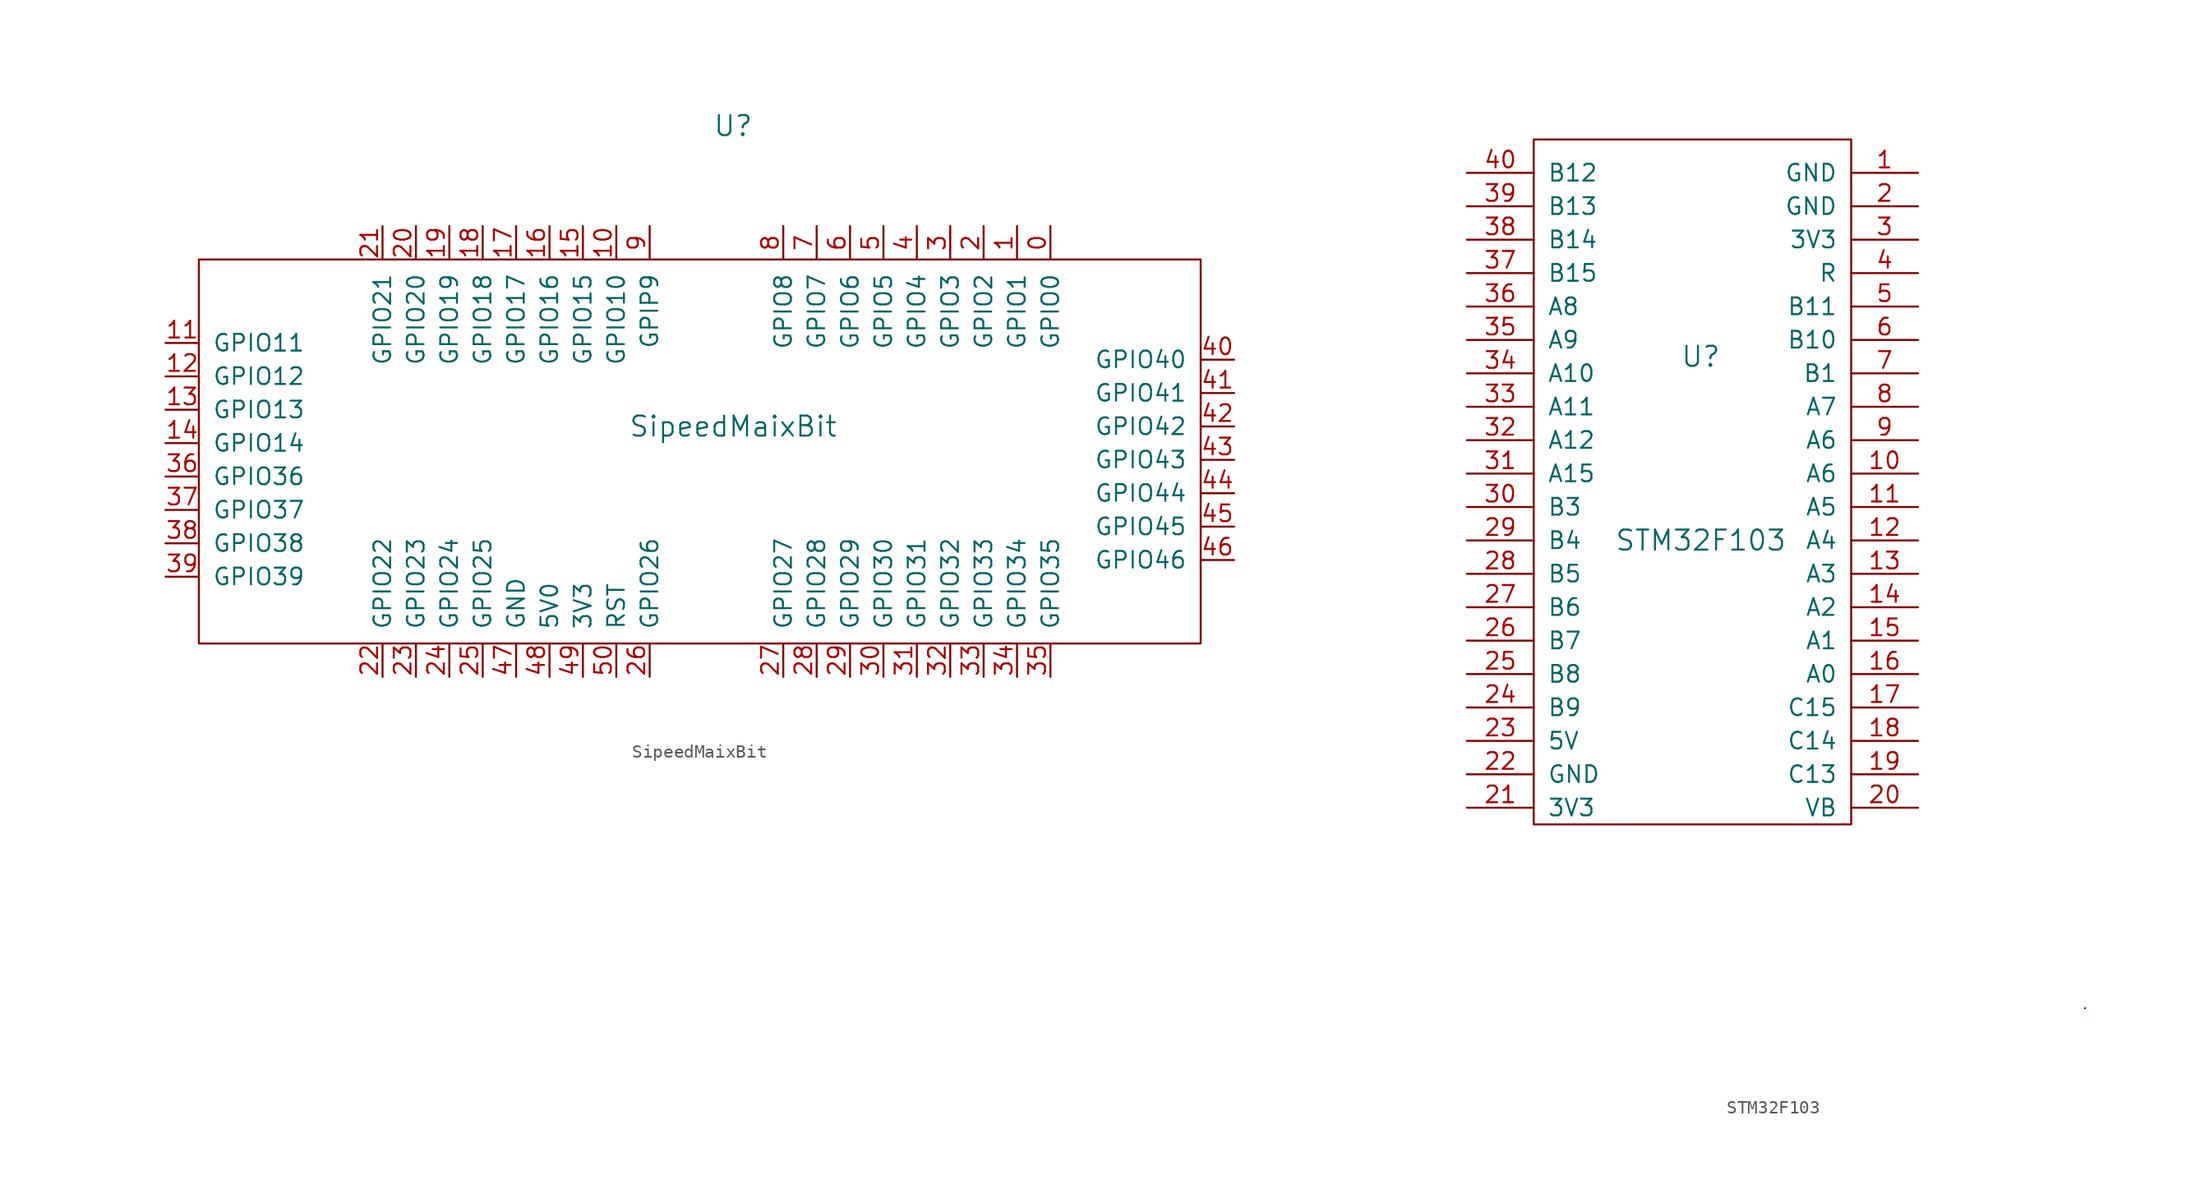
<source format=kicad_sym>
(kicad_symbol_lib
  (version 20211014)
  (generator kicad_symbol_editor)
  (symbol "SipeedMaixBit"
    (pin_names
      (offset 1.016))
    (property "Reference" "U"
      (at 0 20.32 0)
      (effects (font (size 1.524 1.524))))
    (property "Value" "SipeedMaixBit"
      (at 0 -2.54 0)
      (effects (font (size 1.524 1.524))))
    (symbol "SipeedMaixBit_0_1"
      (rectangle (start 35.56 -19.05) (end -40.64 10.16) (stroke (width 0) (type default) (color 0 0 0 0)) (fill (type none))))
    (symbol "SipeedMaixBit_1_1"
      (pin bidirectional line (at 24.13 12.7 270) (length 2.54) (name "GPIO0" (effects (font (size 1.27 1.27)))) (number "0" (effects (font (size 1.27 1.27)))))
      (pin input line (at 21.59 12.7 270) (length 2.54) (name "GPIO1" (effects (font (size 1.27 1.27)))) (number "1" (effects (font (size 1.27 1.27)))))
      (pin input line (at -8.89 12.7 270) (length 2.54) (name "GPIO10" (effects (font (size 1.27 1.27)))) (number "10" (effects (font (size 1.27 1.27)))))
      (pin bidirectional line (at -43.18 3.81 0) (length 2.54) (name "GPIO11" (effects (font (size 1.27 1.27)))) (number "11" (effects (font (size 1.27 1.27)))))
      (pin bidirectional line (at -43.18 1.27 0) (length 2.54) (name "GPIO12" (effects (font (size 1.27 1.27)))) (number "12" (effects (font (size 1.27 1.27)))))
      (pin bidirectional line (at -43.18 -1.27 0) (length 2.54) (name "GPIO13" (effects (font (size 1.27 1.27)))) (number "13" (effects (font (size 1.27 1.27)))))
      (pin bidirectional line (at -43.18 -3.81 0) (length 2.54) (name "GPIO14" (effects (font (size 1.27 1.27)))) (number "14" (effects (font (size 1.27 1.27)))))
      (pin input line (at -11.43 12.7 270) (length 2.54) (name "GPIO15" (effects (font (size 1.27 1.27)))) (number "15" (effects (font (size 1.27 1.27)))))
      (pin input line (at -13.97 12.7 270) (length 2.54) (name "GPIO16" (effects (font (size 1.27 1.27)))) (number "16" (effects (font (size 1.27 1.27)))))
      (pin input line (at -16.51 12.7 270) (length 2.54) (name "GPIO17" (effects (font (size 1.27 1.27)))) (number "17" (effects (font (size 1.27 1.27)))))
      (pin input line (at -19.05 12.7 270) (length 2.54) (name "GPIO18" (effects (font (size 1.27 1.27)))) (number "18" (effects (font (size 1.27 1.27)))))
      (pin input line (at -21.59 12.7 270) (length 2.54) (name "GPIO19" (effects (font (size 1.27 1.27)))) (number "19" (effects (font (size 1.27 1.27)))))
      (pin input line (at 19.05 12.7 270) (length 2.54) (name "GPIO2" (effects (font (size 1.27 1.27)))) (number "2" (effects (font (size 1.27 1.27)))))
      (pin input line (at -24.13 12.7 270) (length 2.54) (name "GPIO20" (effects (font (size 1.27 1.27)))) (number "20" (effects (font (size 1.27 1.27)))))
      (pin input line (at -26.67 12.7 270) (length 2.54) (name "GPIO21" (effects (font (size 1.27 1.27)))) (number "21" (effects (font (size 1.27 1.27)))))
      (pin input line (at -26.67 -21.59 90) (length 2.54) (name "GPIO22" (effects (font (size 1.27 1.27)))) (number "22" (effects (font (size 1.27 1.27)))))
      (pin input line (at -24.13 -21.59 90) (length 2.54) (name "GPIO23" (effects (font (size 1.27 1.27)))) (number "23" (effects (font (size 1.27 1.27)))))
      (pin input line (at -21.59 -21.59 90) (length 2.54) (name "GPIO24" (effects (font (size 1.27 1.27)))) (number "24" (effects (font (size 1.27 1.27)))))
      (pin input line (at -19.05 -21.59 90) (length 2.54) (name "GPIO25" (effects (font (size 1.27 1.27)))) (number "25" (effects (font (size 1.27 1.27)))))
      (pin input line (at -6.35 -21.59 90) (length 2.54) (name "GPIO26" (effects (font (size 1.27 1.27)))) (number "26" (effects (font (size 1.27 1.27)))))
      (pin input line (at 3.81 -21.59 90) (length 2.54) (name "GPIO27" (effects (font (size 1.27 1.27)))) (number "27" (effects (font (size 1.27 1.27)))))
      (pin input line (at 6.35 -21.59 90) (length 2.54) (name "GPIO28" (effects (font (size 1.27 1.27)))) (number "28" (effects (font (size 1.27 1.27)))))
      (pin input line (at 8.89 -21.59 90) (length 2.54) (name "GPIO29" (effects (font (size 1.27 1.27)))) (number "29" (effects (font (size 1.27 1.27)))))
      (pin input line (at 16.51 12.7 270) (length 2.54) (name "GPIO3" (effects (font (size 1.27 1.27)))) (number "3" (effects (font (size 1.27 1.27)))))
      (pin input line (at 11.43 -21.59 90) (length 2.54) (name "GPIO30" (effects (font (size 1.27 1.27)))) (number "30" (effects (font (size 1.27 1.27)))))
      (pin input line (at 13.97 -21.59 90) (length 2.54) (name "GPIO31" (effects (font (size 1.27 1.27)))) (number "31" (effects (font (size 1.27 1.27)))))
      (pin input line (at 16.51 -21.59 90) (length 2.54) (name "GPIO32" (effects (font (size 1.27 1.27)))) (number "32" (effects (font (size 1.27 1.27)))))
      (pin input line (at 19.05 -21.59 90) (length 2.54) (name "GPIO33" (effects (font (size 1.27 1.27)))) (number "33" (effects (font (size 1.27 1.27)))))
      (pin input line (at 21.59 -21.59 90) (length 2.54) (name "GPIO34" (effects (font (size 1.27 1.27)))) (number "34" (effects (font (size 1.27 1.27)))))
      (pin input line (at 24.13 -21.59 90) (length 2.54) (name "GPIO35" (effects (font (size 1.27 1.27)))) (number "35" (effects (font (size 1.27 1.27)))))
      (pin bidirectional line (at -43.18 -6.35 0) (length 2.54) (name "GPIO36" (effects (font (size 1.27 1.27)))) (number "36" (effects (font (size 1.27 1.27)))))
      (pin bidirectional line (at -43.18 -8.89 0) (length 2.54) (name "GPIO37" (effects (font (size 1.27 1.27)))) (number "37" (effects (font (size 1.27 1.27)))))
      (pin bidirectional line (at -43.18 -11.43 0) (length 2.54) (name "GPIO38" (effects (font (size 1.27 1.27)))) (number "38" (effects (font (size 1.27 1.27)))))
      (pin bidirectional line (at -43.18 -13.97 0) (length 2.54) (name "GPIO39" (effects (font (size 1.27 1.27)))) (number "39" (effects (font (size 1.27 1.27)))))
      (pin input line (at 13.97 12.7 270) (length 2.54) (name "GPIO4" (effects (font (size 1.27 1.27)))) (number "4" (effects (font (size 1.27 1.27)))))
      (pin bidirectional line (at 38.1 2.54 180) (length 2.54) (name "GPIO40" (effects (font (size 1.27 1.27)))) (number "40" (effects (font (size 1.27 1.27)))))
      (pin bidirectional line (at 38.1 0 180) (length 2.54) (name "GPIO41" (effects (font (size 1.27 1.27)))) (number "41" (effects (font (size 1.27 1.27)))))
      (pin bidirectional line (at 38.1 -2.54 180) (length 2.54) (name "GPIO42" (effects (font (size 1.27 1.27)))) (number "42" (effects (font (size 1.27 1.27)))))
      (pin bidirectional line (at 38.1 -5.08 180) (length 2.54) (name "GPIO43" (effects (font (size 1.27 1.27)))) (number "43" (effects (font (size 1.27 1.27)))))
      (pin bidirectional line (at 38.1 -7.62 180) (length 2.54) (name "GPIO44" (effects (font (size 1.27 1.27)))) (number "44" (effects (font (size 1.27 1.27)))))
      (pin bidirectional line (at 38.1 -10.16 180) (length 2.54) (name "GPIO45" (effects (font (size 1.27 1.27)))) (number "45" (effects (font (size 1.27 1.27)))))
      (pin bidirectional line (at 38.1 -12.7 180) (length 2.54) (name "GPIO46" (effects (font (size 1.27 1.27)))) (number "46" (effects (font (size 1.27 1.27)))))
      (pin unspecified line (at -16.51 -21.59 90) (length 2.54) (name "GND" (effects (font (size 1.27 1.27)))) (number "47" (effects (font (size 1.27 1.27)))))
      (pin input line (at -13.97 -21.59 90) (length 2.54) (name "5V0" (effects (font (size 1.27 1.27)))) (number "48" (effects (font (size 1.27 1.27)))))
      (pin input line (at -11.43 -21.59 90) (length 2.54) (name "3V3" (effects (font (size 1.27 1.27)))) (number "49" (effects (font (size 1.27 1.27)))))
      (pin input line (at 11.43 12.7 270) (length 2.54) (name "GPIO5" (effects (font (size 1.27 1.27)))) (number "5" (effects (font (size 1.27 1.27)))))
      (pin input line (at -8.89 -21.59 90) (length 2.54) (name "RST" (effects (font (size 1.27 1.27)))) (number "50" (effects (font (size 1.27 1.27)))))
      (pin input line (at 8.89 12.7 270) (length 2.54) (name "GPIO6" (effects (font (size 1.27 1.27)))) (number "6" (effects (font (size 1.27 1.27)))))
      (pin input line (at 6.35 12.7 270) (length 2.54) (name "GPIO7" (effects (font (size 1.27 1.27)))) (number "7" (effects (font (size 1.27 1.27)))))
      (pin input line (at 3.81 12.7 270) (length 2.54) (name "GPIO8" (effects (font (size 1.27 1.27)))) (number "8" (effects (font (size 1.27 1.27)))))
      (pin input line (at -6.35 12.7 270) (length 2.54) (name "GPIP9" (effects (font (size 1.27 1.27)))) (number "9" (effects (font (size 1.27 1.27)))))))
  (symbol "STM32F103"
    (pin_names
      (offset 1.016))
    (property "Reference" "U"
      (at 0 10.16 0)
      (effects (font (size 1.524 1.524))))
    (property "Value" "STM32F103"
      (at 0 -3.81 0)
      (effects (font (size 1.524 1.524))))
    (symbol "STM32F103_0_1"
      (rectangle (start 11.43 -25.4) (end -12.7 26.67) (stroke (width 0) (type default) (color 0 0 0 0)) (fill (type none)))
      (rectangle (start 29.21 -39.37) (end 29.21 -39.37) (stroke (width 0) (type default) (color 0 0 0 0)) (fill (type none))))
    (symbol "STM32F103_1_1"
      (pin input line (at 16.51 24.13 180) (length 5.08) (name "GND" (effects (font (size 1.27 1.27)))) (number "1" (effects (font (size 1.27 1.27)))))
      (pin input line (at 16.51 1.27 180) (length 5.08) (name "A6" (effects (font (size 1.27 1.27)))) (number "10" (effects (font (size 1.27 1.27)))))
      (pin input line (at 16.51 -1.27 180) (length 5.08) (name "A5" (effects (font (size 1.27 1.27)))) (number "11" (effects (font (size 1.27 1.27)))))
      (pin input line (at 16.51 -3.81 180) (length 5.08) (name "A4" (effects (font (size 1.27 1.27)))) (number "12" (effects (font (size 1.27 1.27)))))
      (pin input line (at 16.51 -6.35 180) (length 5.08) (name "A3" (effects (font (size 1.27 1.27)))) (number "13" (effects (font (size 1.27 1.27)))))
      (pin input line (at 16.51 -8.89 180) (length 5.08) (name "A2" (effects (font (size 1.27 1.27)))) (number "14" (effects (font (size 1.27 1.27)))))
      (pin input line (at 16.51 -11.43 180) (length 5.08) (name "A1" (effects (font (size 1.27 1.27)))) (number "15" (effects (font (size 1.27 1.27)))))
      (pin input line (at 16.51 -13.97 180) (length 5.08) (name "A0" (effects (font (size 1.27 1.27)))) (number "16" (effects (font (size 1.27 1.27)))))
      (pin input line (at 16.51 -16.51 180) (length 5.08) (name "C15" (effects (font (size 1.27 1.27)))) (number "17" (effects (font (size 1.27 1.27)))))
      (pin input line (at 16.51 -19.05 180) (length 5.08) (name "C14" (effects (font (size 1.27 1.27)))) (number "18" (effects (font (size 1.27 1.27)))))
      (pin input line (at 16.51 -21.59 180) (length 5.08) (name "C13" (effects (font (size 1.27 1.27)))) (number "19" (effects (font (size 1.27 1.27)))))
      (pin input line (at 16.51 21.59 180) (length 5.08) (name "GND" (effects (font (size 1.27 1.27)))) (number "2" (effects (font (size 1.27 1.27)))))
      (pin input line (at 16.51 -24.13 180) (length 5.08) (name "VB" (effects (font (size 1.27 1.27)))) (number "20" (effects (font (size 1.27 1.27)))))
      (pin input line (at -17.78 -24.13 0) (length 5.08) (name "3V3" (effects (font (size 1.27 1.27)))) (number "21" (effects (font (size 1.27 1.27)))))
      (pin input line (at -17.78 -21.59 0) (length 5.08) (name "GND" (effects (font (size 1.27 1.27)))) (number "22" (effects (font (size 1.27 1.27)))))
      (pin input line (at -17.78 -19.05 0) (length 5.08) (name "5V" (effects (font (size 1.27 1.27)))) (number "23" (effects (font (size 1.27 1.27)))))
      (pin input line (at -17.78 -16.51 0) (length 5.08) (name "B9" (effects (font (size 1.27 1.27)))) (number "24" (effects (font (size 1.27 1.27)))))
      (pin input line (at -17.78 -13.97 0) (length 5.08) (name "B8" (effects (font (size 1.27 1.27)))) (number "25" (effects (font (size 1.27 1.27)))))
      (pin input line (at -17.78 -11.43 0) (length 5.08) (name "B7" (effects (font (size 1.27 1.27)))) (number "26" (effects (font (size 1.27 1.27)))))
      (pin input line (at -17.78 -8.89 0) (length 5.08) (name "B6" (effects (font (size 1.27 1.27)))) (number "27" (effects (font (size 1.27 1.27)))))
      (pin input line (at -17.78 -6.35 0) (length 5.08) (name "B5" (effects (font (size 1.27 1.27)))) (number "28" (effects (font (size 1.27 1.27)))))
      (pin input line (at -17.78 -3.81 0) (length 5.08) (name "B4" (effects (font (size 1.27 1.27)))) (number "29" (effects (font (size 1.27 1.27)))))
      (pin input line (at 16.51 19.05 180) (length 5.08) (name "3V3" (effects (font (size 1.27 1.27)))) (number "3" (effects (font (size 1.27 1.27)))))
      (pin input line (at -17.78 -1.27 0) (length 5.08) (name "B3" (effects (font (size 1.27 1.27)))) (number "30" (effects (font (size 1.27 1.27)))))
      (pin input line (at -17.78 1.27 0) (length 5.08) (name "A15" (effects (font (size 1.27 1.27)))) (number "31" (effects (font (size 1.27 1.27)))))
      (pin input line (at -17.78 3.81 0) (length 5.08) (name "A12" (effects (font (size 1.27 1.27)))) (number "32" (effects (font (size 1.27 1.27)))))
      (pin input line (at -17.78 6.35 0) (length 5.08) (name "A11" (effects (font (size 1.27 1.27)))) (number "33" (effects (font (size 1.27 1.27)))))
      (pin input line (at -17.78 8.89 0) (length 5.08) (name "A10" (effects (font (size 1.27 1.27)))) (number "34" (effects (font (size 1.27 1.27)))))
      (pin input line (at -17.78 11.43 0) (length 5.08) (name "A9" (effects (font (size 1.27 1.27)))) (number "35" (effects (font (size 1.27 1.27)))))
      (pin input line (at -17.78 13.97 0) (length 5.08) (name "A8" (effects (font (size 1.27 1.27)))) (number "36" (effects (font (size 1.27 1.27)))))
      (pin input line (at -17.78 16.51 0) (length 5.08) (name "B15" (effects (font (size 1.27 1.27)))) (number "37" (effects (font (size 1.27 1.27)))))
      (pin input line (at -17.78 19.05 0) (length 5.08) (name "B14" (effects (font (size 1.27 1.27)))) (number "38" (effects (font (size 1.27 1.27)))))
      (pin input line (at -17.78 21.59 0) (length 5.08) (name "B13" (effects (font (size 1.27 1.27)))) (number "39" (effects (font (size 1.27 1.27)))))
      (pin input line (at 16.51 16.51 180) (length 5.08) (name "R" (effects (font (size 1.27 1.27)))) (number "4" (effects (font (size 1.27 1.27)))))
      (pin input line (at -17.78 24.13 0) (length 5.08) (name "B12" (effects (font (size 1.27 1.27)))) (number "40" (effects (font (size 1.27 1.27)))))
      (pin input line (at 16.51 13.97 180) (length 5.08) (name "B11" (effects (font (size 1.27 1.27)))) (number "5" (effects (font (size 1.27 1.27)))))
      (pin input line (at 16.51 11.43 180) (length 5.08) (name "B10" (effects (font (size 1.27 1.27)))) (number "6" (effects (font (size 1.27 1.27)))))
      (pin input line (at 16.51 8.89 180) (length 5.08) (name "B1" (effects (font (size 1.27 1.27)))) (number "7" (effects (font (size 1.27 1.27)))))
      (pin input line (at 16.51 6.35 180) (length 5.08) (name "A7" (effects (font (size 1.27 1.27)))) (number "8" (effects (font (size 1.27 1.27)))))
      (pin input line (at 16.51 3.81 180) (length 5.08) (name "A6" (effects (font (size 1.27 1.27)))) (number "9" (effects (font (size 1.27 1.27))))))))
</source>
